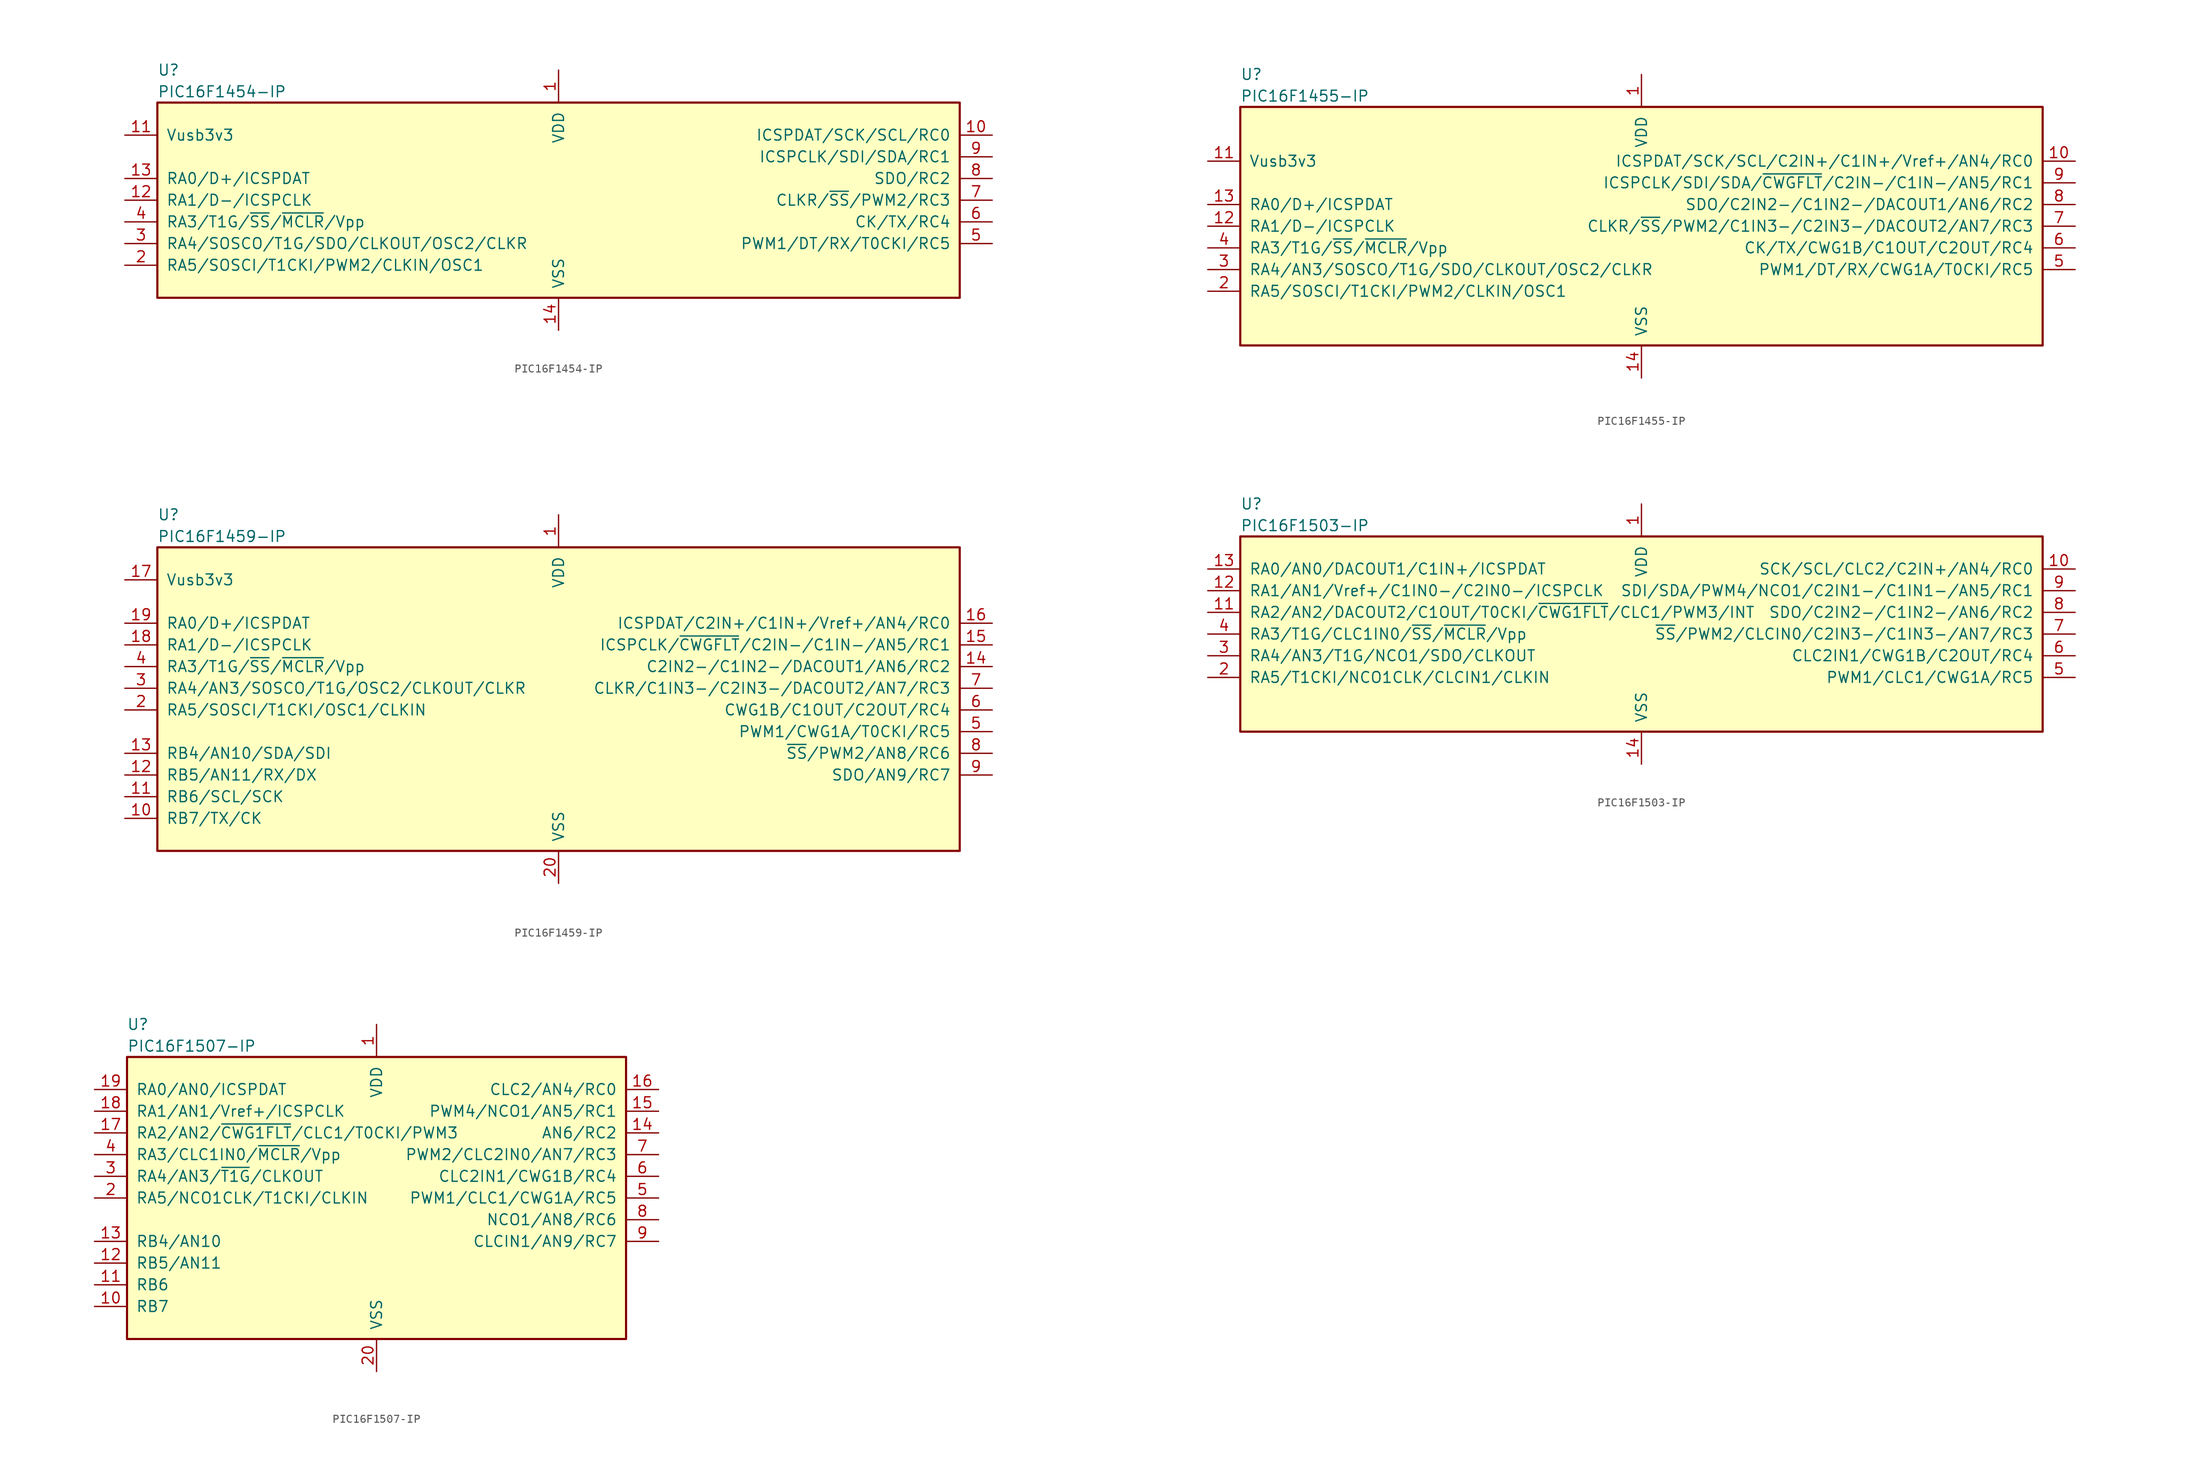
<source format=kicad_sym>
(kicad_symbol_lib
  (version 20200908)
  (generator kicad_symbol_editor)
  (symbol "MCU_Microchip_PIC16:PIC16F1454-IP"
    (pin_names
      (offset 1.016))
    (property "Reference" "U"
      (at -46.99 15.24 0)
      (effects (font (size 1.27 1.27)) (justify left)))
    (property "Value" "PIC16F1454-IP"
      (at -46.99 12.7 0)
      (effects (font (size 1.27 1.27)) (justify left)))
    (symbol "PIC16F1454-IP_0_1"
      (rectangle (start -46.99 11.43) (end 46.99 -11.43) (stroke (width 0.254)) (fill (type background))))
    (symbol "PIC16F1454-IP_1_1"
      (pin power_in line (at 0 15.24 270) (length 3.81) (name "VDD" (effects (font (size 1.27 1.27)))) (number "1" (effects (font (size 1.27 1.27)))))
      (pin bidirectional line (at 50.8 7.62 180) (length 3.81) (name "ICSPDAT/SCK/SCL/RC0" (effects (font (size 1.27 1.27)))) (number "10" (effects (font (size 1.27 1.27)))))
      (pin bidirectional line (at -50.8 7.62 0) (length 3.81) (name "Vusb3v3" (effects (font (size 1.27 1.27)))) (number "11" (effects (font (size 1.27 1.27)))))
      (pin bidirectional line (at -50.8 0 0) (length 3.81) (name "RA1/D-/ICSPCLK" (effects (font (size 1.27 1.27)))) (number "12" (effects (font (size 1.27 1.27)))))
      (pin bidirectional line (at -50.8 2.54 0) (length 3.81) (name "RA0/D+/ICSPDAT" (effects (font (size 1.27 1.27)))) (number "13" (effects (font (size 1.27 1.27)))))
      (pin power_in line (at 0 -15.24 90) (length 3.81) (name "VSS" (effects (font (size 1.27 1.27)))) (number "14" (effects (font (size 1.27 1.27)))))
      (pin bidirectional line (at -50.8 -7.62 0) (length 3.81) (name "RA5/SOSCI/T1CKI/PWM2/CLKIN/OSC1" (effects (font (size 1.27 1.27)))) (number "2" (effects (font (size 1.27 1.27)))))
      (pin bidirectional line (at -50.8 -5.08 0) (length 3.81) (name "RA4/SOSCO/T1G/SDO/CLKOUT/OSC2/CLKR" (effects (font (size 1.27 1.27)))) (number "3" (effects (font (size 1.27 1.27)))))
      (pin input line (at -50.8 -2.54 0) (length 3.81) (name "RA3/T1G/~SS~/~MCLR~/Vpp" (effects (font (size 1.27 1.27)))) (number "4" (effects (font (size 1.27 1.27)))))
      (pin bidirectional line (at 50.8 -5.08 180) (length 3.81) (name "PWM1/DT/RX/T0CKI/RC5" (effects (font (size 1.27 1.27)))) (number "5" (effects (font (size 1.27 1.27)))))
      (pin bidirectional line (at 50.8 -2.54 180) (length 3.81) (name "CK/TX/RC4" (effects (font (size 1.27 1.27)))) (number "6" (effects (font (size 1.27 1.27)))))
      (pin bidirectional line (at 50.8 0 180) (length 3.81) (name "CLKR/~SS~/PWM2/RC3" (effects (font (size 1.27 1.27)))) (number "7" (effects (font (size 1.27 1.27)))))
      (pin bidirectional line (at 50.8 2.54 180) (length 3.81) (name "SDO/RC2" (effects (font (size 1.27 1.27)))) (number "8" (effects (font (size 1.27 1.27)))))
      (pin bidirectional line (at 50.8 5.08 180) (length 3.81) (name "ICSPCLK/SDI/SDA/RC1" (effects (font (size 1.27 1.27)))) (number "9" (effects (font (size 1.27 1.27)))))))
  (symbol "MCU_Microchip_PIC16:PIC16F1455-IP"
    (pin_names
      (offset 1.016))
    (property "Reference" "U"
      (at -46.99 17.78 0)
      (effects (font (size 1.27 1.27)) (justify left)))
    (property "Value" "PIC16F1455-IP"
      (at -46.99 15.24 0)
      (effects (font (size 1.27 1.27)) (justify left)))
    (symbol "PIC16F1455-IP_0_1"
      (rectangle (start -46.99 13.97) (end 46.99 -13.97) (stroke (width 0.254)) (fill (type background))))
    (symbol "PIC16F1455-IP_1_1"
      (pin power_in line (at 0 17.78 270) (length 3.81) (name "VDD" (effects (font (size 1.27 1.27)))) (number "1" (effects (font (size 1.27 1.27)))))
      (pin bidirectional line (at 50.8 7.62 180) (length 3.81) (name "ICSPDAT/SCK/SCL/C2IN+/C1IN+/Vref+/AN4/RC0" (effects (font (size 1.27 1.27)))) (number "10" (effects (font (size 1.27 1.27)))))
      (pin bidirectional line (at -50.8 7.62 0) (length 3.81) (name "Vusb3v3" (effects (font (size 1.27 1.27)))) (number "11" (effects (font (size 1.27 1.27)))))
      (pin bidirectional line (at -50.8 0 0) (length 3.81) (name "RA1/D-/ICSPCLK" (effects (font (size 1.27 1.27)))) (number "12" (effects (font (size 1.27 1.27)))))
      (pin bidirectional line (at -50.8 2.54 0) (length 3.81) (name "RA0/D+/ICSPDAT" (effects (font (size 1.27 1.27)))) (number "13" (effects (font (size 1.27 1.27)))))
      (pin power_in line (at 0 -17.78 90) (length 3.81) (name "VSS" (effects (font (size 1.27 1.27)))) (number "14" (effects (font (size 1.27 1.27)))))
      (pin bidirectional line (at -50.8 -7.62 0) (length 3.81) (name "RA5/SOSCI/T1CKI/PWM2/CLKIN/OSC1" (effects (font (size 1.27 1.27)))) (number "2" (effects (font (size 1.27 1.27)))))
      (pin bidirectional line (at -50.8 -5.08 0) (length 3.81) (name "RA4/AN3/SOSCO/T1G/SDO/CLKOUT/OSC2/CLKR" (effects (font (size 1.27 1.27)))) (number "3" (effects (font (size 1.27 1.27)))))
      (pin input line (at -50.8 -2.54 0) (length 3.81) (name "RA3/T1G/~SS~/~MCLR~/Vpp" (effects (font (size 1.27 1.27)))) (number "4" (effects (font (size 1.27 1.27)))))
      (pin bidirectional line (at 50.8 -5.08 180) (length 3.81) (name "PWM1/DT/RX/CWG1A/T0CKI/RC5" (effects (font (size 1.27 1.27)))) (number "5" (effects (font (size 1.27 1.27)))))
      (pin bidirectional line (at 50.8 -2.54 180) (length 3.81) (name "CK/TX/CWG1B/C1OUT/C2OUT/RC4" (effects (font (size 1.27 1.27)))) (number "6" (effects (font (size 1.27 1.27)))))
      (pin bidirectional line (at 50.8 0 180) (length 3.81) (name "CLKR/~SS~/PWM2/C1IN3-/C2IN3-/DACOUT2/AN7/RC3" (effects (font (size 1.27 1.27)))) (number "7" (effects (font (size 1.27 1.27)))))
      (pin bidirectional line (at 50.8 2.54 180) (length 3.81) (name "SDO/C2IN2-/C1IN2-/DACOUT1/AN6/RC2" (effects (font (size 1.27 1.27)))) (number "8" (effects (font (size 1.27 1.27)))))
      (pin bidirectional line (at 50.8 5.08 180) (length 3.81) (name "ICSPCLK/SDI/SDA/~CWGFLT~/C2IN-/C1IN-/AN5/RC1" (effects (font (size 1.27 1.27)))) (number "9" (effects (font (size 1.27 1.27)))))))
  (symbol "MCU_Microchip_PIC16:PIC16F1459-IP"
    (pin_names
      (offset 1.016))
    (property "Reference" "U"
      (at -46.99 17.78 0)
      (effects (font (size 1.27 1.27)) (justify left)))
    (property "Value" "PIC16F1459-IP"
      (at -46.99 15.24 0)
      (effects (font (size 1.27 1.27)) (justify left)))
    (symbol "PIC16F1459-IP_0_1"
      (rectangle (start -46.99 13.97) (end 46.99 -21.59) (stroke (width 0.254)) (fill (type background))))
    (symbol "PIC16F1459-IP_1_1"
      (pin power_in line (at 0 17.78 270) (length 3.81) (name "VDD" (effects (font (size 1.27 1.27)))) (number "1" (effects (font (size 1.27 1.27)))))
      (pin bidirectional line (at -50.8 -17.78 0) (length 3.81) (name "RB7/TX/CK" (effects (font (size 1.27 1.27)))) (number "10" (effects (font (size 1.27 1.27)))))
      (pin bidirectional line (at -50.8 -15.24 0) (length 3.81) (name "RB6/SCL/SCK" (effects (font (size 1.27 1.27)))) (number "11" (effects (font (size 1.27 1.27)))))
      (pin bidirectional line (at -50.8 -12.7 0) (length 3.81) (name "RB5/AN11/RX/DX" (effects (font (size 1.27 1.27)))) (number "12" (effects (font (size 1.27 1.27)))))
      (pin bidirectional line (at -50.8 -10.16 0) (length 3.81) (name "RB4/AN10/SDA/SDI" (effects (font (size 1.27 1.27)))) (number "13" (effects (font (size 1.27 1.27)))))
      (pin bidirectional line (at 50.8 0 180) (length 3.81) (name "C2IN2-/C1IN2-/DACOUT1/AN6/RC2" (effects (font (size 1.27 1.27)))) (number "14" (effects (font (size 1.27 1.27)))))
      (pin bidirectional line (at 50.8 2.54 180) (length 3.81) (name "ICSPCLK/~CWGFLT~/C2IN-/C1IN-/AN5/RC1" (effects (font (size 1.27 1.27)))) (number "15" (effects (font (size 1.27 1.27)))))
      (pin bidirectional line (at 50.8 5.08 180) (length 3.81) (name "ICSPDAT/C2IN+/C1IN+/Vref+/AN4/RC0" (effects (font (size 1.27 1.27)))) (number "16" (effects (font (size 1.27 1.27)))))
      (pin bidirectional line (at -50.8 10.16 0) (length 3.81) (name "Vusb3v3" (effects (font (size 1.27 1.27)))) (number "17" (effects (font (size 1.27 1.27)))))
      (pin bidirectional line (at -50.8 2.54 0) (length 3.81) (name "RA1/D-/ICSPCLK" (effects (font (size 1.27 1.27)))) (number "18" (effects (font (size 1.27 1.27)))))
      (pin bidirectional line (at -50.8 5.08 0) (length 3.81) (name "RA0/D+/ICSPDAT" (effects (font (size 1.27 1.27)))) (number "19" (effects (font (size 1.27 1.27)))))
      (pin bidirectional line (at -50.8 -5.08 0) (length 3.81) (name "RA5/SOSCI/T1CKI/OSC1/CLKIN" (effects (font (size 1.27 1.27)))) (number "2" (effects (font (size 1.27 1.27)))))
      (pin power_in line (at 0 -25.4 90) (length 3.81) (name "VSS" (effects (font (size 1.27 1.27)))) (number "20" (effects (font (size 1.27 1.27)))))
      (pin bidirectional line (at -50.8 -2.54 0) (length 3.81) (name "RA4/AN3/SOSCO/T1G/OSC2/CLKOUT/CLKR" (effects (font (size 1.27 1.27)))) (number "3" (effects (font (size 1.27 1.27)))))
      (pin input line (at -50.8 0 0) (length 3.81) (name "RA3/T1G/~SS~/~MCLR~/Vpp" (effects (font (size 1.27 1.27)))) (number "4" (effects (font (size 1.27 1.27)))))
      (pin bidirectional line (at 50.8 -7.62 180) (length 3.81) (name "PWM1/CWG1A/T0CKI/RC5" (effects (font (size 1.27 1.27)))) (number "5" (effects (font (size 1.27 1.27)))))
      (pin bidirectional line (at 50.8 -5.08 180) (length 3.81) (name "CWG1B/C1OUT/C2OUT/RC4" (effects (font (size 1.27 1.27)))) (number "6" (effects (font (size 1.27 1.27)))))
      (pin bidirectional line (at 50.8 -2.54 180) (length 3.81) (name "CLKR/C1IN3-/C2IN3-/DACOUT2/AN7/RC3" (effects (font (size 1.27 1.27)))) (number "7" (effects (font (size 1.27 1.27)))))
      (pin bidirectional line (at 50.8 -10.16 180) (length 3.81) (name "~SS~/PWM2/AN8/RC6" (effects (font (size 1.27 1.27)))) (number "8" (effects (font (size 1.27 1.27)))))
      (pin bidirectional line (at 50.8 -12.7 180) (length 3.81) (name "SDO/AN9/RC7" (effects (font (size 1.27 1.27)))) (number "9" (effects (font (size 1.27 1.27)))))))
  (symbol "MCU_Microchip_PIC16:PIC16F1503-IP"
    (pin_names
      (offset 1.016))
    (property "Reference" "U"
      (at -46.99 15.24 0)
      (effects (font (size 1.27 1.27)) (justify left)))
    (property "Value" "PIC16F1503-IP"
      (at -46.99 12.7 0)
      (effects (font (size 1.27 1.27)) (justify left)))
    (symbol "PIC16F1503-IP_0_1"
      (rectangle (start -46.99 11.43) (end 46.99 -11.43) (stroke (width 0.254)) (fill (type background))))
    (symbol "PIC16F1503-IP_1_1"
      (pin power_in line (at 0 15.24 270) (length 3.81) (name "VDD" (effects (font (size 1.27 1.27)))) (number "1" (effects (font (size 1.27 1.27)))))
      (pin bidirectional line (at 50.8 7.62 180) (length 3.81) (name "SCK/SCL/CLC2/C2IN+/AN4/RC0" (effects (font (size 1.27 1.27)))) (number "10" (effects (font (size 1.27 1.27)))))
      (pin bidirectional line (at -50.8 2.54 0) (length 3.81) (name "RA2/AN2/DACOUT2/C1OUT/T0CKI/~CWG1FLT~/CLC1/PWM3/INT" (effects (font (size 1.27 1.27)))) (number "11" (effects (font (size 1.27 1.27)))))
      (pin bidirectional line (at -50.8 5.08 0) (length 3.81) (name "RA1/AN1/Vref+/C1IN0-/C2IN0-/ICSPCLK" (effects (font (size 1.27 1.27)))) (number "12" (effects (font (size 1.27 1.27)))))
      (pin bidirectional line (at -50.8 7.62 0) (length 3.81) (name "RA0/AN0/DACOUT1/C1IN+/ICSPDAT" (effects (font (size 1.27 1.27)))) (number "13" (effects (font (size 1.27 1.27)))))
      (pin power_in line (at 0 -15.24 90) (length 3.81) (name "VSS" (effects (font (size 1.27 1.27)))) (number "14" (effects (font (size 1.27 1.27)))))
      (pin bidirectional line (at -50.8 -5.08 0) (length 3.81) (name "RA5/T1CKI/NCO1CLK/CLCIN1/CLKIN" (effects (font (size 1.27 1.27)))) (number "2" (effects (font (size 1.27 1.27)))))
      (pin bidirectional line (at -50.8 -2.54 0) (length 3.81) (name "RA4/AN3/T1G/NCO1/SDO/CLKOUT" (effects (font (size 1.27 1.27)))) (number "3" (effects (font (size 1.27 1.27)))))
      (pin input line (at -50.8 0 0) (length 3.81) (name "RA3/T1G/CLC1IN0/~SS~/~MCLR~/Vpp" (effects (font (size 1.27 1.27)))) (number "4" (effects (font (size 1.27 1.27)))))
      (pin bidirectional line (at 50.8 -5.08 180) (length 3.81) (name "PWM1/CLC1/CWG1A/RC5" (effects (font (size 1.27 1.27)))) (number "5" (effects (font (size 1.27 1.27)))))
      (pin bidirectional line (at 50.8 -2.54 180) (length 3.81) (name "CLC2IN1/CWG1B/C2OUT/RC4" (effects (font (size 1.27 1.27)))) (number "6" (effects (font (size 1.27 1.27)))))
      (pin bidirectional line (at 50.8 0 180) (length 3.81) (name "~SS~/PWM2/CLCIN0/C2IN3-/C1IN3-/AN7/RC3" (effects (font (size 1.27 1.27)))) (number "7" (effects (font (size 1.27 1.27)))))
      (pin bidirectional line (at 50.8 2.54 180) (length 3.81) (name "SDO/C2IN2-/C1IN2-/AN6/RC2" (effects (font (size 1.27 1.27)))) (number "8" (effects (font (size 1.27 1.27)))))
      (pin bidirectional line (at 50.8 5.08 180) (length 3.81) (name "SDI/SDA/PWM4/NCO1/C2IN1-/C1IN1-/AN5/RC1" (effects (font (size 1.27 1.27)))) (number "9" (effects (font (size 1.27 1.27)))))))
  (symbol "MCU_Microchip_PIC16:PIC16F1507-IP"
    (pin_names
      (offset 1.016))
    (property "Reference" "U"
      (at -27.94 20.32 0)
      (effects (font (size 1.27 1.27))))
    (property "Value" "PIC16F1507-IP"
      (at -29.21 17.78 0)
      (effects (font (size 1.27 1.27)) (justify left)))
    (symbol "PIC16F1507-IP_0_1"
      (rectangle (start -29.21 16.51) (end 29.21 -16.51) (stroke (width 0.254)) (fill (type background))))
    (symbol "PIC16F1507-IP_1_1"
      (pin power_in line (at 0 20.32 270) (length 3.81) (name "VDD" (effects (font (size 1.27 1.27)))) (number "1" (effects (font (size 1.27 1.27)))))
      (pin bidirectional line (at -33.02 -12.7 0) (length 3.81) (name "RB7" (effects (font (size 1.27 1.27)))) (number "10" (effects (font (size 1.27 1.27)))))
      (pin bidirectional line (at -33.02 -10.16 0) (length 3.81) (name "RB6" (effects (font (size 1.27 1.27)))) (number "11" (effects (font (size 1.27 1.27)))))
      (pin bidirectional line (at -33.02 -7.62 0) (length 3.81) (name "RB5/AN11" (effects (font (size 1.27 1.27)))) (number "12" (effects (font (size 1.27 1.27)))))
      (pin bidirectional line (at -33.02 -5.08 0) (length 3.81) (name "RB4/AN10" (effects (font (size 1.27 1.27)))) (number "13" (effects (font (size 1.27 1.27)))))
      (pin bidirectional line (at 33.02 7.62 180) (length 3.81) (name "AN6/RC2" (effects (font (size 1.27 1.27)))) (number "14" (effects (font (size 1.27 1.27)))))
      (pin bidirectional line (at 33.02 10.16 180) (length 3.81) (name "PWM4/NCO1/AN5/RC1" (effects (font (size 1.27 1.27)))) (number "15" (effects (font (size 1.27 1.27)))))
      (pin bidirectional line (at 33.02 12.7 180) (length 3.81) (name "CLC2/AN4/RC0" (effects (font (size 1.27 1.27)))) (number "16" (effects (font (size 1.27 1.27)))))
      (pin bidirectional line (at -33.02 7.62 0) (length 3.81) (name "RA2/AN2/~CWG1FLT~/CLC1/T0CKI/PWM3" (effects (font (size 1.27 1.27)))) (number "17" (effects (font (size 1.27 1.27)))))
      (pin bidirectional line (at -33.02 10.16 0) (length 3.81) (name "RA1/AN1/Vref+/ICSPCLK" (effects (font (size 1.27 1.27)))) (number "18" (effects (font (size 1.27 1.27)))))
      (pin bidirectional line (at -33.02 12.7 0) (length 3.81) (name "RA0/AN0/ICSPDAT" (effects (font (size 1.27 1.27)))) (number "19" (effects (font (size 1.27 1.27)))))
      (pin bidirectional line (at -33.02 0 0) (length 3.81) (name "RA5/NCO1CLK/T1CKI/CLKIN" (effects (font (size 1.27 1.27)))) (number "2" (effects (font (size 1.27 1.27)))))
      (pin power_in line (at 0 -20.32 90) (length 3.81) (name "VSS" (effects (font (size 1.27 1.27)))) (number "20" (effects (font (size 1.27 1.27)))))
      (pin bidirectional line (at -33.02 2.54 0) (length 3.81) (name "RA4/AN3/~T1G~/CLKOUT" (effects (font (size 1.27 1.27)))) (number "3" (effects (font (size 1.27 1.27)))))
      (pin input line (at -33.02 5.08 0) (length 3.81) (name "RA3/CLC1IN0/~MCLR~/Vpp" (effects (font (size 1.27 1.27)))) (number "4" (effects (font (size 1.27 1.27)))))
      (pin bidirectional line (at 33.02 0 180) (length 3.81) (name "PWM1/CLC1/CWG1A/RC5" (effects (font (size 1.27 1.27)))) (number "5" (effects (font (size 1.27 1.27)))))
      (pin bidirectional line (at 33.02 2.54 180) (length 3.81) (name "CLC2IN1/CWG1B/RC4" (effects (font (size 1.27 1.27)))) (number "6" (effects (font (size 1.27 1.27)))))
      (pin bidirectional line (at 33.02 5.08 180) (length 3.81) (name "PWM2/CLC2IN0/AN7/RC3" (effects (font (size 1.27 1.27)))) (number "7" (effects (font (size 1.27 1.27)))))
      (pin bidirectional line (at 33.02 -2.54 180) (length 3.81) (name "NCO1/AN8/RC6" (effects (font (size 1.27 1.27)))) (number "8" (effects (font (size 1.27 1.27)))))
      (pin bidirectional line (at 33.02 -5.08 180) (length 3.81) (name "CLCIN1/AN9/RC7" (effects (font (size 1.27 1.27)))) (number "9" (effects (font (size 1.27 1.27))))))))
</source>
